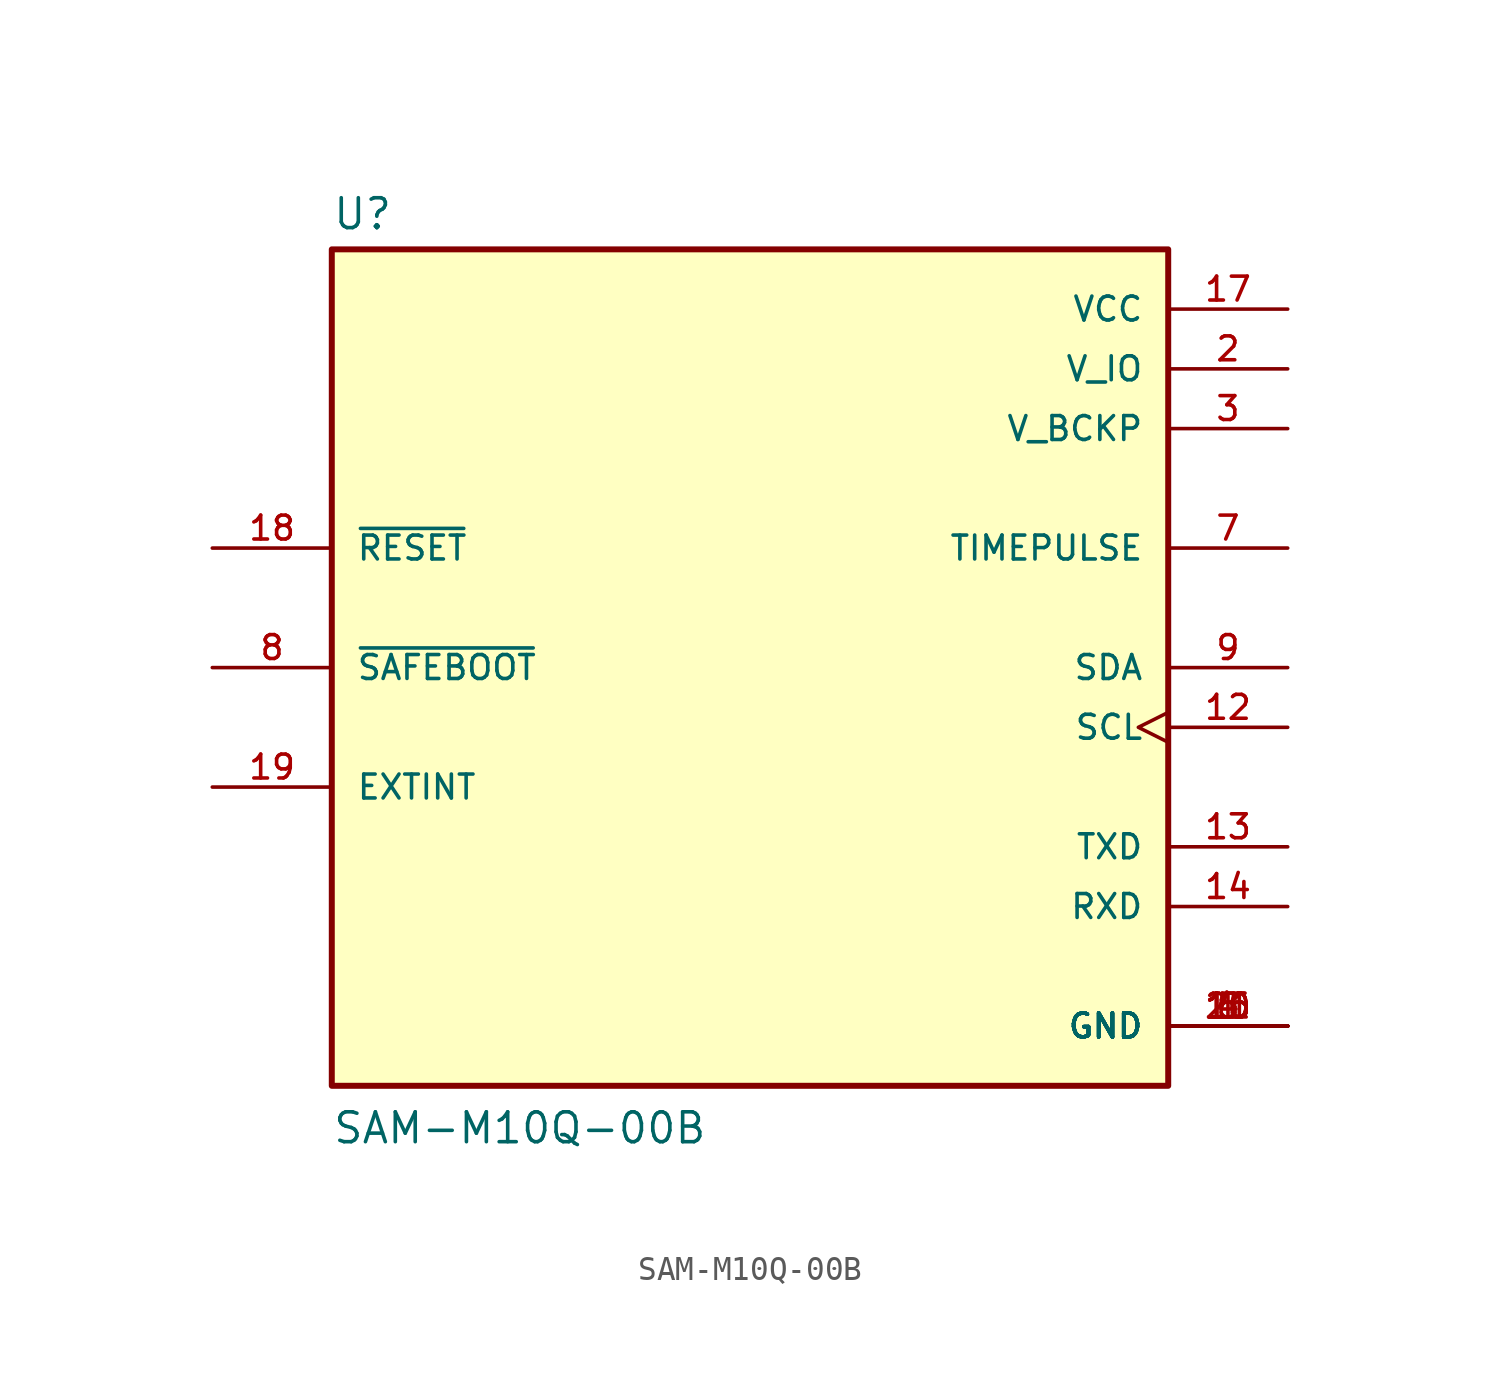
<source format=kicad_sym>
(kicad_symbol_lib
  (version 20211014)
  (generator kicad_symbol_editor)
  (symbol "SAM-M10Q-00B"
    (pin_names
      (offset 1.016))
    (property "Reference" "U"
      (at -17.78 18.542 0)
      (effects (font (size 1.27 1.27)) (justify bottom left)))
    (property "Value" "SAM-M10Q-00B"
      (at -17.78 -20.32 0)
      (effects (font (size 1.27 1.27)) (justify bottom left)))
    (symbol "SAM-M10Q-00B_0_0"
      (rectangle (start -17.78 -17.78) (end 17.78 17.78) (stroke (width 0.254)) (fill (type background)))
      (pin power_in line (at 22.86 -15.24 180.0) (length 5.08) (name "GND" (effects (font (size 1.016 1.016)))) (number "1" (effects (font (size 1.016 1.016)))))
      (pin power_in line (at 22.86 -15.24 180.0) (length 5.08) (name "GND" (effects (font (size 1.016 1.016)))) (number "4" (effects (font (size 1.016 1.016)))))
      (pin power_in line (at 22.86 -15.24 180.0) (length 5.08) (name "GND" (effects (font (size 1.016 1.016)))) (number "5" (effects (font (size 1.016 1.016)))))
      (pin power_in line (at 22.86 -15.24 180.0) (length 5.08) (name "GND" (effects (font (size 1.016 1.016)))) (number "6" (effects (font (size 1.016 1.016)))))
      (pin power_in line (at 22.86 -15.24 180.0) (length 5.08) (name "GND" (effects (font (size 1.016 1.016)))) (number "10" (effects (font (size 1.016 1.016)))))
      (pin power_in line (at 22.86 -15.24 180.0) (length 5.08) (name "GND" (effects (font (size 1.016 1.016)))) (number "11" (effects (font (size 1.016 1.016)))))
      (pin power_in line (at 22.86 -15.24 180.0) (length 5.08) (name "GND" (effects (font (size 1.016 1.016)))) (number "15" (effects (font (size 1.016 1.016)))))
      (pin power_in line (at 22.86 -15.24 180.0) (length 5.08) (name "GND" (effects (font (size 1.016 1.016)))) (number "16" (effects (font (size 1.016 1.016)))))
      (pin power_in line (at 22.86 -15.24 180.0) (length 5.08) (name "GND" (effects (font (size 1.016 1.016)))) (number "20" (effects (font (size 1.016 1.016)))))
      (pin power_in line (at 22.86 12.7 180.0) (length 5.08) (name "V_IO" (effects (font (size 1.016 1.016)))) (number "2" (effects (font (size 1.016 1.016)))))
      (pin power_in line (at 22.86 10.16 180.0) (length 5.08) (name "V_BCKP" (effects (font (size 1.016 1.016)))) (number "3" (effects (font (size 1.016 1.016)))))
      (pin output line (at 22.86 5.08 180.0) (length 5.08) (name "TIMEPULSE" (effects (font (size 1.016 1.016)))) (number "7" (effects (font (size 1.016 1.016)))))
      (pin input line (at -22.86 0.0 0) (length 5.08) (name "~{SAFEBOOT}" (effects (font (size 1.016 1.016)))) (number "8" (effects (font (size 1.016 1.016)))))
      (pin bidirectional line (at 22.86 0.0 180.0) (length 5.08) (name "SDA" (effects (font (size 1.016 1.016)))) (number "9" (effects (font (size 1.016 1.016)))))
      (pin input clock (at 22.86 -2.54 180.0) (length 5.08) (name "SCL" (effects (font (size 1.016 1.016)))) (number "12" (effects (font (size 1.016 1.016)))))
      (pin output line (at 22.86 -7.62 180.0) (length 5.08) (name "TXD" (effects (font (size 1.016 1.016)))) (number "13" (effects (font (size 1.016 1.016)))))
      (pin input line (at 22.86 -10.16 180.0) (length 5.08) (name "RXD" (effects (font (size 1.016 1.016)))) (number "14" (effects (font (size 1.016 1.016)))))
      (pin input line (at -22.86 5.08 0) (length 5.08) (name "~{RESET}" (effects (font (size 1.016 1.016)))) (number "18" (effects (font (size 1.016 1.016)))))
      (pin input line (at -22.86 -5.08 0) (length 5.08) (name "EXTINT" (effects (font (size 1.016 1.016)))) (number "19" (effects (font (size 1.016 1.016)))))
      (pin power_in line (at 22.86 15.24 180.0) (length 5.08) (name "VCC" (effects (font (size 1.016 1.016)))) (number "17" (effects (font (size 1.016 1.016))))))))
</source>
